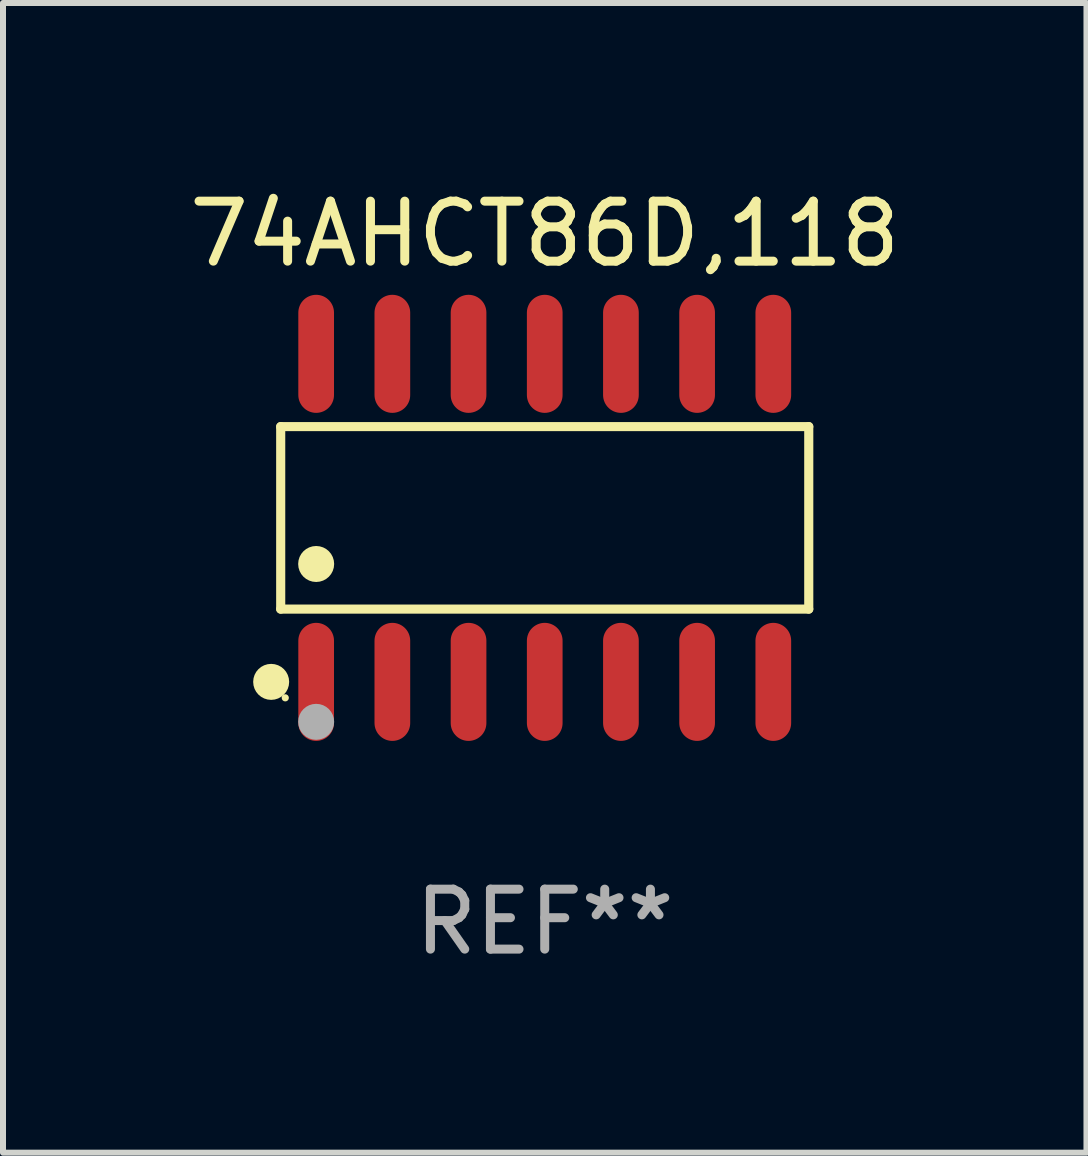
<source format=kicad_pcb>
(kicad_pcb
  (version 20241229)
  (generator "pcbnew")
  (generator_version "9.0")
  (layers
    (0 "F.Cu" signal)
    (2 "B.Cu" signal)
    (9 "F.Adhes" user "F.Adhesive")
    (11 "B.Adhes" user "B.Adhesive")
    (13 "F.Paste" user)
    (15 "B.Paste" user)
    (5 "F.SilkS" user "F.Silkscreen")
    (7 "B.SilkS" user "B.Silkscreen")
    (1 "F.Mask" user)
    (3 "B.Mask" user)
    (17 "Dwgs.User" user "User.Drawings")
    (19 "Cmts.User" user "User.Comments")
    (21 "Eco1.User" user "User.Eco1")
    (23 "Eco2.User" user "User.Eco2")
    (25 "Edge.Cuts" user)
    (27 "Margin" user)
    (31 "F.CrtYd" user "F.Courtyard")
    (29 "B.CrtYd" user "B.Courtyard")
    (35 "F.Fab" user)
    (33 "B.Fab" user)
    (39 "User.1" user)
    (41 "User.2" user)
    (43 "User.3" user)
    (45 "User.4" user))
  (footprint "74AHCT86D,118"
    (layer "F.Cu")
    (at 6.03 5.582)
    (property "Reference" "74AHCT86D,118" (at 0 -4.734 0) (layer "F.SilkS") (effects (font (size 1 1) (thickness 0.15))))
    (attr through_hole)
    (fp_line (start -4.401 -1.521) (end 4.401 -1.521) (stroke (width 0.152) (type solid)) (layer "F.SilkS"))
    (fp_line (start -4.401 1.521) (end -4.401 -1.521) (stroke (width 0.152) (type solid)) (layer "F.SilkS"))
    (fp_line (start 4.401 -1.521) (end 4.401 1.521) (stroke (width 0.152) (type solid)) (layer "F.SilkS"))
    (fp_line (start 4.401 1.521) (end -4.401 1.521) (stroke (width 0.152) (type solid)) (layer "F.SilkS"))
    (fp_circle (center -4.56 2.734) (end -4.41 2.734) (stroke (width 0.3) (type solid)) (fill no) (layer "F.SilkS"))
    (fp_circle (center -4.325 3) (end -4.295 3) (stroke (width 0.06) (type solid)) (fill no) (layer "F.SilkS"))
    (fp_circle (center -3.81 0.769) (end -3.66 0.769) (stroke (width 0.3) (type solid)) (fill no) (layer "F.SilkS"))
    (fp_circle (center -3.81 3.4) (end -3.66 3.4) (stroke (width 0.3) (type solid)) (fill no) (layer "F.Fab"))
    (fp_text user "REF**" (at 0 6.734 0) (layer "F.Fab") (effects (font (size 1 1) (thickness 0.15))))
    (pad "1" smd oval (at -3.81 2.734) (size 0.595 1.968) (layers "F.Cu" "F.Mask" "F.Paste"))
    (pad "2" smd oval (at -2.54 2.734) (size 0.595 1.968) (layers "F.Cu" "F.Mask" "F.Paste"))
    (pad "3" smd oval (at -1.27 2.734) (size 0.595 1.968) (layers "F.Cu" "F.Mask" "F.Paste"))
    (pad "4" smd oval (at 0 2.734) (size 0.595 1.968) (layers "F.Cu" "F.Mask" "F.Paste"))
    (pad "5" smd oval (at 1.27 2.734) (size 0.595 1.968) (layers "F.Cu" "F.Mask" "F.Paste"))
    (pad "6" smd oval (at 2.54 2.734) (size 0.595 1.968) (layers "F.Cu" "F.Mask" "F.Paste"))
    (pad "7" smd oval (at 3.81 2.734) (size 0.595 1.968) (layers "F.Cu" "F.Mask" "F.Paste"))
    (pad "8" smd oval (at 3.81 -2.734) (size 0.595 1.968) (layers "F.Cu" "F.Mask" "F.Paste"))
    (pad "9" smd oval (at 2.54 -2.734) (size 0.595 1.968) (layers "F.Cu" "F.Mask" "F.Paste"))
    (pad "10" smd oval (at 1.27 -2.734) (size 0.595 1.968) (layers "F.Cu" "F.Mask" "F.Paste"))
    (pad "11" smd oval (at 0 -2.734) (size 0.595 1.968) (layers "F.Cu" "F.Mask" "F.Paste"))
    (pad "12" smd oval (at -1.27 -2.734) (size 0.595 1.968) (layers "F.Cu" "F.Mask" "F.Paste"))
    (pad "13" smd oval (at -2.54 -2.734) (size 0.595 1.968) (layers "F.Cu" "F.Mask" "F.Paste"))
    (pad "14" smd oval (at -3.81 -2.734) (size 0.595 1.968) (layers "F.Cu" "F.Mask" "F.Paste")))
  (gr_rect
    (start -3 -3)
    (end 15.06 16.164)
    (stroke (width 0.1) (type default))
    (fill no)
    (layer "Edge.Cuts")))
</source>
